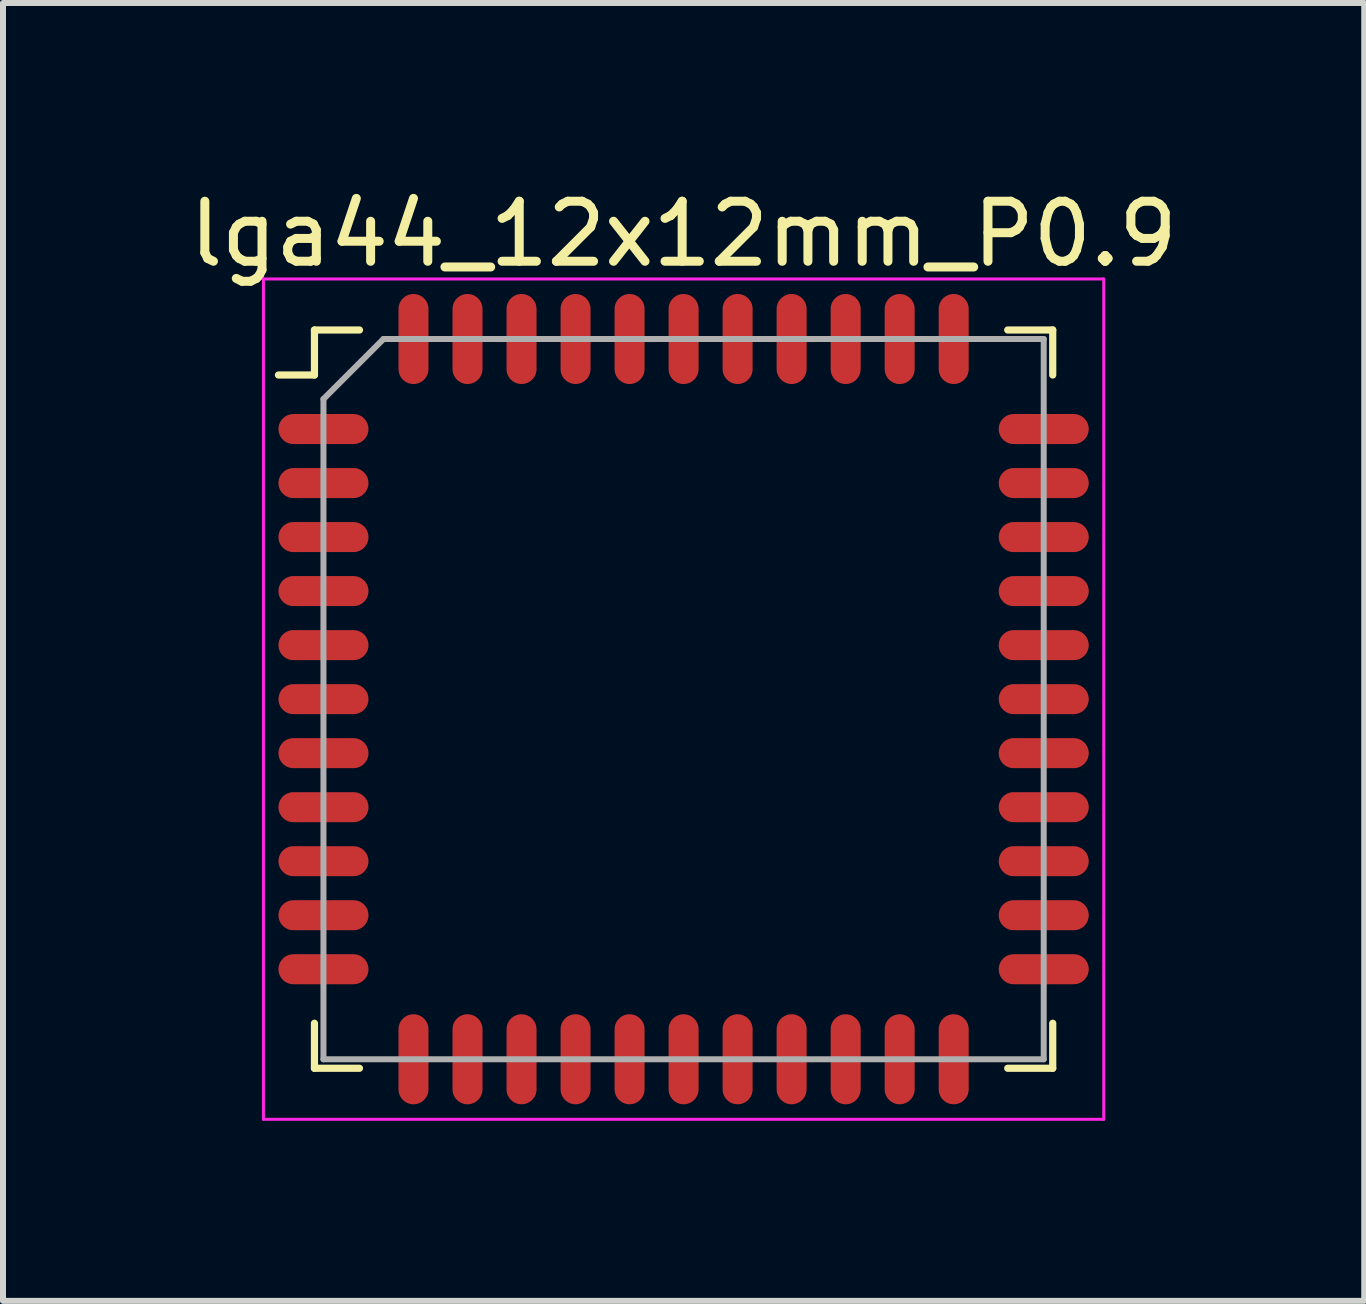
<source format=kicad_pcb>
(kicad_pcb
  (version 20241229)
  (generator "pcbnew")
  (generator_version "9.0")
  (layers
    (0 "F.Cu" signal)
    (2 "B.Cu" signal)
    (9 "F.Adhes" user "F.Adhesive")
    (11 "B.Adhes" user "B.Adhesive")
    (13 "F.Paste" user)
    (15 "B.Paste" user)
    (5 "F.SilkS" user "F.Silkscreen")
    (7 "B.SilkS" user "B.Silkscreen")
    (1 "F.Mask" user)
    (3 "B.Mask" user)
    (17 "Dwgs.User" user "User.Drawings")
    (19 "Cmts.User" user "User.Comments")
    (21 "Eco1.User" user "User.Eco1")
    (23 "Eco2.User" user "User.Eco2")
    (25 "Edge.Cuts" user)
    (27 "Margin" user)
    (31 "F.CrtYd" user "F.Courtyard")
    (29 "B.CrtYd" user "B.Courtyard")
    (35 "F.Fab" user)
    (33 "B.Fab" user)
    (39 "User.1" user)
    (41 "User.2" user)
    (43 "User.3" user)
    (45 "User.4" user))
  (footprint "lga44_12x12mm_P0.9"
    (layer "F.Cu")
    (at 8.339 8.598)
    (property "Reference" "lga44_12x12mm_P0.9" (at 0 -7.75 0) (layer "F.SilkS") (effects (font (size 1 1) (thickness 0.15))))
    (attr through_hole)
    (fp_line (start -6.15 -6.15) (end -6.15 -5.4) (stroke (width 0.12) (type solid)) (layer "F.SilkS"))
    (fp_line (start -6.15 -5.4) (end -6.75 -5.4) (stroke (width 0.12) (type solid)) (layer "F.SilkS"))
    (fp_line (start -6.15 6.15) (end -6.15 5.4) (stroke (width 0.12) (type solid)) (layer "F.SilkS"))
    (fp_line (start -5.4 -6.15) (end -6.15 -6.15) (stroke (width 0.12) (type solid)) (layer "F.SilkS"))
    (fp_line (start -5.4 6.15) (end -6.15 6.15) (stroke (width 0.12) (type solid)) (layer "F.SilkS"))
    (fp_line (start 5.4 -6.15) (end 6.15 -6.15) (stroke (width 0.12) (type solid)) (layer "F.SilkS"))
    (fp_line (start 5.4 6.15) (end 6.15 6.15) (stroke (width 0.12) (type solid)) (layer "F.SilkS"))
    (fp_line (start 6.15 -6.15) (end 6.15 -5.4) (stroke (width 0.12) (type solid)) (layer "F.SilkS"))
    (fp_line (start 6.15 6.15) (end 6.15 5.4) (stroke (width 0.12) (type solid)) (layer "F.SilkS"))
    (fp_line (start -7 -7) (end 7 -7) (stroke (width 0.05) (type solid)) (layer "F.CrtYd"))
    (fp_line (start -7 7) (end -7 -7) (stroke (width 0.05) (type solid)) (layer "F.CrtYd"))
    (fp_line (start 7 -7) (end 7 7) (stroke (width 0.05) (type solid)) (layer "F.CrtYd"))
    (fp_line (start 7 7) (end -7 7) (stroke (width 0.05) (type solid)) (layer "F.CrtYd"))
    (fp_line (start -6 -5) (end -6 6) (stroke (width 0.1) (type solid)) (layer "F.Fab"))
    (fp_line (start -6 6) (end 6 6) (stroke (width 0.1) (type solid)) (layer "F.Fab"))
    (fp_line (start -5 -6) (end -6 -5) (stroke (width 0.1) (type solid)) (layer "F.Fab"))
    (fp_line (start 6 -6) (end -5 -6) (stroke (width 0.1) (type solid)) (layer "F.Fab"))
    (fp_line (start 6 6) (end 6 -6) (stroke (width 0.1) (type solid)) (layer "F.Fab"))
    (pad "1" smd oval (at -6 -4.5 90) (size 0.5 1.5) (layers "F.Cu" "F.Mask" "F.Paste"))
    (pad "2" smd oval (at -6 -3.6 90) (size 0.5 1.5) (layers "F.Cu" "F.Mask" "F.Paste"))
    (pad "3" smd oval (at -6 -2.7 90) (size 0.5 1.5) (layers "F.Cu" "F.Mask" "F.Paste"))
    (pad "4" smd oval (at -6 -1.8 90) (size 0.5 1.5) (layers "F.Cu" "F.Mask" "F.Paste"))
    (pad "5" smd oval (at -6 -0.9 90) (size 0.5 1.5) (layers "F.Cu" "F.Mask" "F.Paste"))
    (pad "6" smd oval (at -6 0 90) (size 0.5 1.5) (layers "F.Cu" "F.Mask" "F.Paste"))
    (pad "7" smd oval (at -6 0.9 90) (size 0.5 1.5) (layers "F.Cu" "F.Mask" "F.Paste"))
    (pad "8" smd oval (at -6 1.8 90) (size 0.5 1.5) (layers "F.Cu" "F.Mask" "F.Paste"))
    (pad "9" smd oval (at -6 2.7 90) (size 0.5 1.5) (layers "F.Cu" "F.Mask" "F.Paste"))
    (pad "10" smd oval (at -6 3.6 90) (size 0.5 1.5) (layers "F.Cu" "F.Mask" "F.Paste"))
    (pad "11" smd oval (at -6 4.5 90) (size 0.5 1.5) (layers "F.Cu" "F.Mask" "F.Paste"))
    (pad "12" smd oval (at -4.5 6) (size 0.5 1.5) (layers "F.Cu" "F.Mask" "F.Paste"))
    (pad "13" smd oval (at -3.6 6) (size 0.5 1.5) (layers "F.Cu" "F.Mask" "F.Paste"))
    (pad "14" smd oval (at -2.7 6) (size 0.5 1.5) (layers "F.Cu" "F.Mask" "F.Paste"))
    (pad "15" smd oval (at -1.8 6) (size 0.5 1.5) (layers "F.Cu" "F.Mask" "F.Paste"))
    (pad "16" smd oval (at -0.9 6) (size 0.5 1.5) (layers "F.Cu" "F.Mask" "F.Paste"))
    (pad "17" smd oval (at 0 6) (size 0.5 1.5) (layers "F.Cu" "F.Mask" "F.Paste"))
    (pad "18" smd oval (at 0.9 6) (size 0.5 1.5) (layers "F.Cu" "F.Mask" "F.Paste"))
    (pad "19" smd oval (at 1.8 6) (size 0.5 1.5) (layers "F.Cu" "F.Mask" "F.Paste"))
    (pad "20" smd oval (at 2.7 6) (size 0.5 1.5) (layers "F.Cu" "F.Mask" "F.Paste"))
    (pad "21" smd oval (at 3.6 6) (size 0.5 1.5) (layers "F.Cu" "F.Mask" "F.Paste"))
    (pad "22" smd oval (at 4.5 6) (size 0.5 1.5) (layers "F.Cu" "F.Mask" "F.Paste"))
    (pad "23" smd oval (at 6 4.5 90) (size 0.5 1.5) (layers "F.Cu" "F.Mask" "F.Paste"))
    (pad "24" smd oval (at 6 3.6 90) (size 0.5 1.5) (layers "F.Cu" "F.Mask" "F.Paste"))
    (pad "25" smd oval (at 6 2.7 90) (size 0.5 1.5) (layers "F.Cu" "F.Mask" "F.Paste"))
    (pad "26" smd oval (at 6 1.8 90) (size 0.5 1.5) (layers "F.Cu" "F.Mask" "F.Paste"))
    (pad "27" smd oval (at 6 0.9 90) (size 0.5 1.5) (layers "F.Cu" "F.Mask" "F.Paste"))
    (pad "28" smd oval (at 6 0 90) (size 0.5 1.5) (layers "F.Cu" "F.Mask" "F.Paste"))
    (pad "29" smd oval (at 6 -0.9 90) (size 0.5 1.5) (layers "F.Cu" "F.Mask" "F.Paste"))
    (pad "30" smd oval (at 6 -1.8 90) (size 0.5 1.5) (layers "F.Cu" "F.Mask" "F.Paste"))
    (pad "31" smd oval (at 6 -2.7 90) (size 0.5 1.5) (layers "F.Cu" "F.Mask" "F.Paste"))
    (pad "32" smd oval (at 6 -3.6 90) (size 0.5 1.5) (layers "F.Cu" "F.Mask" "F.Paste"))
    (pad "33" smd oval (at 6 -4.5 90) (size 0.5 1.5) (layers "F.Cu" "F.Mask" "F.Paste"))
    (pad "34" smd oval (at 4.5 -6) (size 0.5 1.5) (layers "F.Cu" "F.Mask" "F.Paste"))
    (pad "35" smd oval (at 3.6 -6) (size 0.5 1.5) (layers "F.Cu" "F.Mask" "F.Paste"))
    (pad "36" smd oval (at 2.7 -6) (size 0.5 1.5) (layers "F.Cu" "F.Mask" "F.Paste"))
    (pad "37" smd oval (at 1.8 -6) (size 0.5 1.5) (layers "F.Cu" "F.Mask" "F.Paste"))
    (pad "38" smd oval (at 0.9 -6) (size 0.5 1.5) (layers "F.Cu" "F.Mask" "F.Paste"))
    (pad "39" smd oval (at 0 -6) (size 0.5 1.5) (layers "F.Cu" "F.Mask" "F.Paste"))
    (pad "40" smd oval (at -0.9 -6) (size 0.5 1.5) (layers "F.Cu" "F.Mask" "F.Paste"))
    (pad "41" smd oval (at -1.8 -6) (size 0.5 1.5) (layers "F.Cu" "F.Mask" "F.Paste"))
    (pad "42" smd oval (at -2.7 -6) (size 0.5 1.5) (layers "F.Cu" "F.Mask" "F.Paste"))
    (pad "43" smd oval (at -3.6 -6) (size 0.5 1.5) (layers "F.Cu" "F.Mask" "F.Paste"))
    (pad "44" smd oval (at -4.5 -6) (size 0.5 1.5) (layers "F.Cu" "F.Mask" "F.Paste")))
  (gr_rect
    (start -3 -3)
    (end 19.679 18.623)
    (stroke (width 0.1) (type default))
    (fill no)
    (layer "Edge.Cuts")))
</source>
